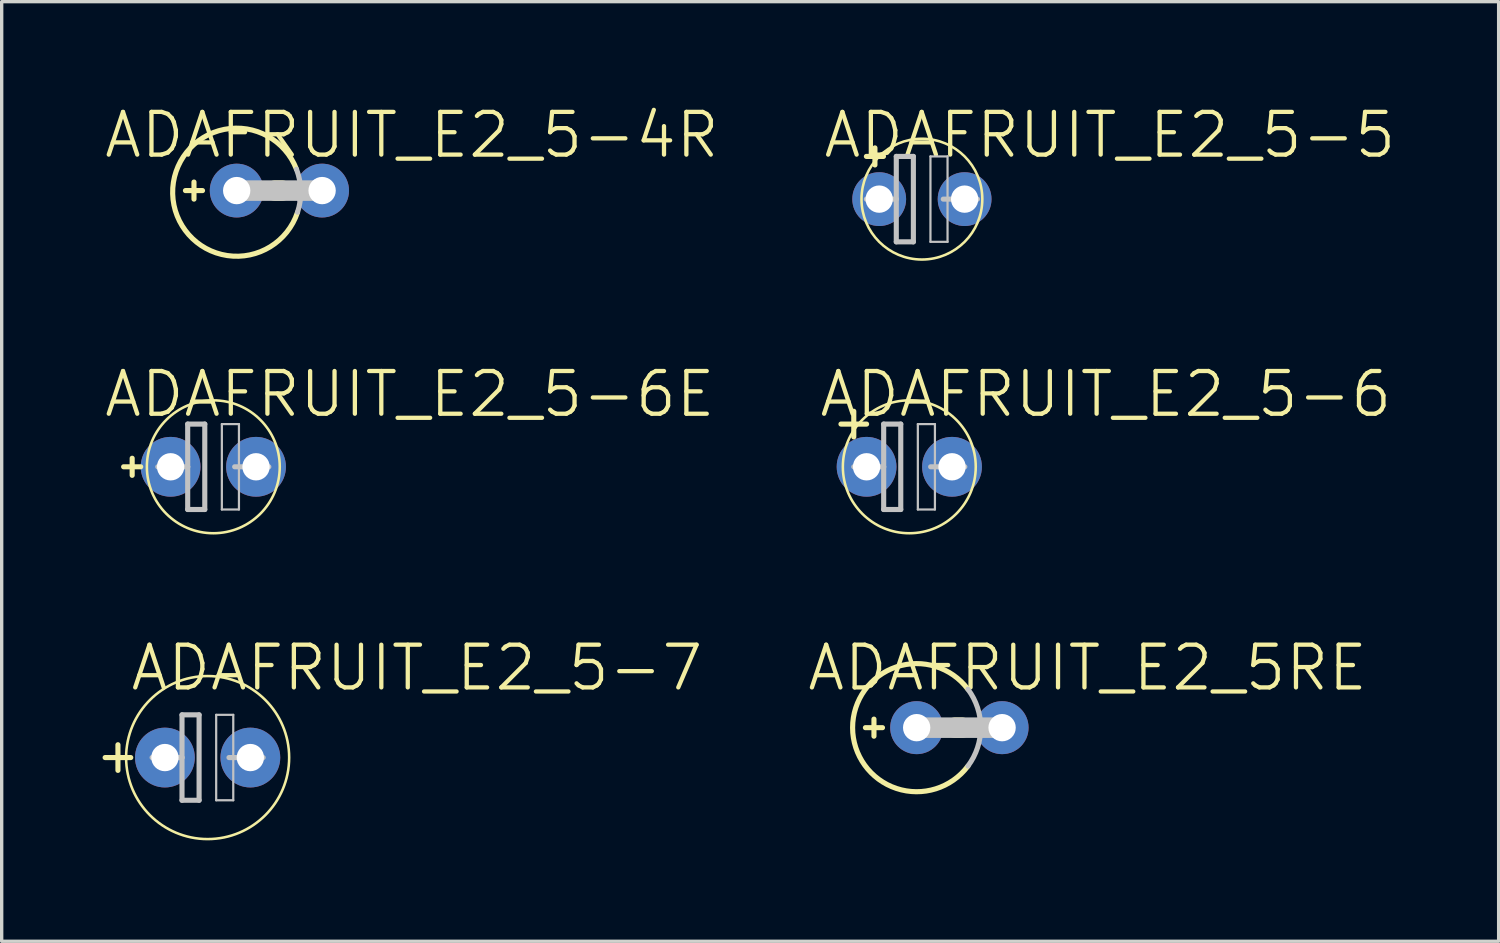
<source format=kicad_pcb>
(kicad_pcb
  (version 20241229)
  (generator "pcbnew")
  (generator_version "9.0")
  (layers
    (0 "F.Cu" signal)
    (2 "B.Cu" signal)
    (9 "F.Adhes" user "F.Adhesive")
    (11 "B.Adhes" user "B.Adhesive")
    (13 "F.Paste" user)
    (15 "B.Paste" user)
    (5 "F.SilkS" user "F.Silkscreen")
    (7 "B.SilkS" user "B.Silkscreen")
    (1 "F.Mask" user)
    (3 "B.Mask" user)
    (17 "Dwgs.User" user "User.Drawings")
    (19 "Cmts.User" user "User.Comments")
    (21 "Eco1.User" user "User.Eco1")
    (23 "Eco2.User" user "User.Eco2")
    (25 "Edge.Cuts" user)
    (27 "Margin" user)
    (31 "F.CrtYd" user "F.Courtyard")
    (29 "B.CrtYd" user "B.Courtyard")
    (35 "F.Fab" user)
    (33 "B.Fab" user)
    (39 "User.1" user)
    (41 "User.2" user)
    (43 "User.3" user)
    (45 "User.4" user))
  (footprint "ADAFRUIT_E2_5-6E"
    (layer "F.Cu")
    (at 3.293 10.83)
    (property "Reference" "ADAFRUIT_E2_5-6E" (at 5.842 -2.159 0) (layer "F.SilkS") (effects (font (size 1.27 1.27) (thickness 0.127))))
    (attr exclude_from_pos_files exclude_from_bom)
    (fp_line (start -2.413 0.254) (end -2.413 -0.254) (stroke (width 0.152) (type solid)) (layer "F.SilkS"))
    (fp_line (start -2.159 0) (end -2.667 0) (stroke (width 0.152) (type solid)) (layer "F.SilkS"))
    (fp_circle (center 0 0) (end -1.397 1.397) (stroke (width 0.076) (type solid)) (fill no) (layer "F.SilkS"))
    (fp_line (start -1.651 0) (end -0.762 0) (stroke (width 0.152) (type solid)) (layer "Dwgs.User"))
    (fp_line (start -0.762 -1.27) (end -0.762 0) (stroke (width 0.152) (type solid)) (layer "Dwgs.User"))
    (fp_line (start -0.762 0) (end -0.762 1.27) (stroke (width 0.152) (type solid)) (layer "Dwgs.User"))
    (fp_line (start -0.762 1.27) (end -0.254 1.27) (stroke (width 0.152) (type solid)) (layer "Dwgs.User"))
    (fp_line (start -0.254 -1.27) (end -0.762 -1.27) (stroke (width 0.152) (type solid)) (layer "Dwgs.User"))
    (fp_line (start -0.254 1.27) (end -0.254 -1.27) (stroke (width 0.152) (type solid)) (layer "Dwgs.User"))
    (fp_line (start 0.254 -1.27) (end 0.762 -1.27) (stroke (width 0.066) (type solid)) (layer "Dwgs.User"))
    (fp_line (start 0.254 1.27) (end 0.254 -1.27) (stroke (width 0.066) (type solid)) (layer "Dwgs.User"))
    (fp_line (start 0.254 1.27) (end 0.762 1.27) (stroke (width 0.066) (type solid)) (layer "Dwgs.User"))
    (fp_line (start 0.635 0) (end 1.651 0) (stroke (width 0.152) (type solid)) (layer "Dwgs.User"))
    (fp_line (start 0.762 1.27) (end 0.762 -1.27) (stroke (width 0.066) (type solid)) (layer "Dwgs.User"))
    (pad "+" thru_hole circle (at -1.27 0) (size 1.778 1.778) (drill 0.813) (layers "*.Cu" "*.Paste" "*.Mask"))
    (pad "-" thru_hole circle (at 1.27 0) (size 1.778 1.778) (drill 0.813) (layers "*.Cu" "*.Paste" "*.Mask")))
  (footprint "ADAFRUIT_E2_5-7"
    (layer "F.Cu")
    (at 3.124 19.476)
    (property "Reference" "ADAFRUIT_E2_5-7" (at 6.223 -2.667 0) (layer "F.SilkS") (effects (font (size 1.27 1.27) (thickness 0.127))))
    (attr exclude_from_pos_files exclude_from_bom)
    (fp_line (start -3.048 0) (end -2.286 0) (stroke (width 0.152) (type solid)) (layer "F.SilkS"))
    (fp_line (start -2.667 0.381) (end -2.667 -0.381) (stroke (width 0.152) (type solid)) (layer "F.SilkS"))
    (fp_circle (center 0 0) (end -1.714 1.714) (stroke (width 0.076) (type solid)) (fill no) (layer "F.SilkS"))
    (fp_line (start -1.651 0) (end -0.762 0) (stroke (width 0.152) (type solid)) (layer "Dwgs.User"))
    (fp_line (start -0.762 -1.27) (end -0.762 0) (stroke (width 0.152) (type solid)) (layer "Dwgs.User"))
    (fp_line (start -0.762 0) (end -0.762 1.27) (stroke (width 0.152) (type solid)) (layer "Dwgs.User"))
    (fp_line (start -0.762 1.27) (end -0.254 1.27) (stroke (width 0.152) (type solid)) (layer "Dwgs.User"))
    (fp_line (start -0.254 -1.27) (end -0.762 -1.27) (stroke (width 0.152) (type solid)) (layer "Dwgs.User"))
    (fp_line (start -0.254 1.27) (end -0.254 -1.27) (stroke (width 0.152) (type solid)) (layer "Dwgs.User"))
    (fp_line (start 0.254 -1.27) (end 0.762 -1.27) (stroke (width 0.066) (type solid)) (layer "Dwgs.User"))
    (fp_line (start 0.254 1.27) (end 0.254 -1.27) (stroke (width 0.066) (type solid)) (layer "Dwgs.User"))
    (fp_line (start 0.254 1.27) (end 0.762 1.27) (stroke (width 0.066) (type solid)) (layer "Dwgs.User"))
    (fp_line (start 0.635 0) (end 1.651 0) (stroke (width 0.152) (type solid)) (layer "Dwgs.User"))
    (fp_line (start 0.762 1.27) (end 0.762 -1.27) (stroke (width 0.066) (type solid)) (layer "Dwgs.User"))
    (pad "+" thru_hole circle (at -1.27 0) (size 1.778 1.778) (drill 0.813) (layers "*.Cu" "*.Paste" "*.Mask"))
    (pad "-" thru_hole circle (at 1.27 0) (size 1.778 1.778) (drill 0.813) (layers "*.Cu" "*.Paste" "*.Mask")))
  (footprint "ADAFRUIT_E2_5-6"
    (layer "F.Cu")
    (at 23.988 10.83)
    (property "Reference" "ADAFRUIT_E2_5-6" (at 5.842 -2.159 0) (layer "F.SilkS") (effects (font (size 1.27 1.27) (thickness 0.127))))
    (attr exclude_from_pos_files exclude_from_bom)
    (fp_line (start -2.032 -1.27) (end -1.651 -1.27) (stroke (width 0.152) (type solid)) (layer "F.SilkS"))
    (fp_line (start -1.651 -1.27) (end -1.651 -1.651) (stroke (width 0.152) (type solid)) (layer "F.SilkS"))
    (fp_line (start -1.651 -1.27) (end -1.27 -1.27) (stroke (width 0.152) (type solid)) (layer "F.SilkS"))
    (fp_line (start -1.651 -0.889) (end -1.651 -1.27) (stroke (width 0.152) (type solid)) (layer "F.SilkS"))
    (fp_circle (center 0 0) (end -1.397 1.397) (stroke (width 0.076) (type solid)) (fill no) (layer "F.SilkS"))
    (fp_line (start -1.651 0) (end -0.762 0) (stroke (width 0.152) (type solid)) (layer "Dwgs.User"))
    (fp_line (start -0.762 -1.27) (end -0.762 0) (stroke (width 0.152) (type solid)) (layer "Dwgs.User"))
    (fp_line (start -0.762 0) (end -0.762 1.27) (stroke (width 0.152) (type solid)) (layer "Dwgs.User"))
    (fp_line (start -0.762 1.27) (end -0.254 1.27) (stroke (width 0.152) (type solid)) (layer "Dwgs.User"))
    (fp_line (start -0.254 -1.27) (end -0.762 -1.27) (stroke (width 0.152) (type solid)) (layer "Dwgs.User"))
    (fp_line (start -0.254 1.27) (end -0.254 -1.27) (stroke (width 0.152) (type solid)) (layer "Dwgs.User"))
    (fp_line (start 0.254 -1.27) (end 0.762 -1.27) (stroke (width 0.066) (type solid)) (layer "Dwgs.User"))
    (fp_line (start 0.254 1.27) (end 0.254 -1.27) (stroke (width 0.066) (type solid)) (layer "Dwgs.User"))
    (fp_line (start 0.254 1.27) (end 0.762 1.27) (stroke (width 0.066) (type solid)) (layer "Dwgs.User"))
    (fp_line (start 0.635 0) (end 1.651 0) (stroke (width 0.152) (type solid)) (layer "Dwgs.User"))
    (fp_line (start 0.762 1.27) (end 0.762 -1.27) (stroke (width 0.066) (type solid)) (layer "Dwgs.User"))
    (pad "+" thru_hole circle (at -1.27 0) (size 1.778 1.778) (drill 0.813) (layers "*.Cu" "*.Paste" "*.Mask"))
    (pad "-" thru_hole circle (at 1.27 0) (size 1.778 1.778) (drill 0.813) (layers "*.Cu" "*.Paste" "*.Mask")))
  (footprint "ADAFRUIT_E2_5-4R"
    (layer "F.Cu")
    (at 5.258 2.617)
    (property "Reference" "ADAFRUIT_E2_5-4R" (at 3.937 -1.651 0) (layer "F.SilkS") (effects (font (size 1.27 1.27) (thickness 0.127))))
    (attr exclude_from_pos_files exclude_from_bom)
    (fp_line (start -2.794 0) (end -2.286 0) (stroke (width 0.152) (type solid)) (layer "F.SilkS"))
    (fp_line (start -2.54 0.254) (end -2.54 -0.254) (stroke (width 0.152) (type solid)) (layer "F.SilkS"))
    (fp_line (start -0.127 0) (end 0.076 0) (stroke (width 0.61) (type solid)) (layer "F.SilkS"))
    (fp_arc (start 0.53848 0.64516) (mid -3.173884 0.094265) (end 0.50754 -0.635291) (stroke (width 0.1524) (type solid)) (layer "F.SilkS"))
    (fp_line (start 1.27 0) (end -1.27 0) (stroke (width 0.61) (type solid)) (layer "Dwgs.User"))
    (fp_arc (start 0.508 -0.635) (mid 0.634179 0.001023) (end 0.539692 0.64252) (stroke (width 0.1524) (type solid)) (layer "Dwgs.User"))
    (pad "+" thru_hole circle (at -1.27 0) (size 1.6 1.6) (drill 0.813) (layers "*.Cu" "*.Paste" "*.Mask"))
    (pad "-" thru_hole circle (at 1.27 0) (size 1.6 1.6) (drill 0.813) (layers "*.Cu" "*.Paste" "*.Mask")))
  (footprint "ADAFRUIT_E2_5-5"
    (layer "F.Cu")
    (at 24.363 2.871)
    (property "Reference" "ADAFRUIT_E2_5-5" (at 5.588 -1.905 0) (layer "F.SilkS") (effects (font (size 1.27 1.27) (thickness 0.127))))
    (attr exclude_from_pos_files exclude_from_bom)
    (fp_line (start -1.651 -1.27) (end -1.397 -1.27) (stroke (width 0.152) (type solid)) (layer "F.SilkS"))
    (fp_line (start -1.397 -1.27) (end -1.397 -1.524) (stroke (width 0.152) (type solid)) (layer "F.SilkS"))
    (fp_line (start -1.397 -1.27) (end -1.143 -1.27) (stroke (width 0.152) (type solid)) (layer "F.SilkS"))
    (fp_line (start -1.397 -1.016) (end -1.397 -1.27) (stroke (width 0.152) (type solid)) (layer "F.SilkS"))
    (fp_circle (center 0 0) (end -1.27 1.27) (stroke (width 0.076) (type solid)) (fill no) (layer "F.SilkS"))
    (fp_line (start -1.651 0) (end -0.762 0) (stroke (width 0.152) (type solid)) (layer "Dwgs.User"))
    (fp_line (start -0.762 -1.27) (end -0.762 0) (stroke (width 0.152) (type solid)) (layer "Dwgs.User"))
    (fp_line (start -0.762 0) (end -0.762 1.27) (stroke (width 0.152) (type solid)) (layer "Dwgs.User"))
    (fp_line (start -0.762 1.27) (end -0.254 1.27) (stroke (width 0.152) (type solid)) (layer "Dwgs.User"))
    (fp_line (start -0.254 -1.27) (end -0.762 -1.27) (stroke (width 0.152) (type solid)) (layer "Dwgs.User"))
    (fp_line (start -0.254 1.27) (end -0.254 -1.27) (stroke (width 0.152) (type solid)) (layer "Dwgs.User"))
    (fp_line (start 0.254 -1.27) (end 0.762 -1.27) (stroke (width 0.066) (type solid)) (layer "Dwgs.User"))
    (fp_line (start 0.254 1.27) (end 0.254 -1.27) (stroke (width 0.066) (type solid)) (layer "Dwgs.User"))
    (fp_line (start 0.254 1.27) (end 0.762 1.27) (stroke (width 0.066) (type solid)) (layer "Dwgs.User"))
    (fp_line (start 0.635 0) (end 1.651 0) (stroke (width 0.152) (type solid)) (layer "Dwgs.User"))
    (fp_line (start 0.762 1.27) (end 0.762 -1.27) (stroke (width 0.066) (type solid)) (layer "Dwgs.User"))
    (pad "+" thru_hole circle (at -1.27 0) (size 1.6 1.6) (drill 0.813) (layers "*.Cu" "*.Paste" "*.Mask"))
    (pad "-" thru_hole circle (at 1.27 0) (size 1.6 1.6) (drill 0.813) (layers "*.Cu" "*.Paste" "*.Mask")))
  (footprint "ADAFRUIT_E2_5RE"
    (layer "F.Cu")
    (at 25.477 18.587)
    (property "Reference" "ADAFRUIT_E2_5RE" (at 3.81 -1.778 0) (layer "F.SilkS") (effects (font (size 1.27 1.27) (thickness 0.127))))
    (attr exclude_from_pos_files exclude_from_bom)
    (fp_line (start -2.794 0) (end -2.286 0) (stroke (width 0.152) (type solid)) (layer "F.SilkS"))
    (fp_line (start -2.54 0.254) (end -2.54 -0.254) (stroke (width 0.152) (type solid)) (layer "F.SilkS"))
    (fp_line (start -0.127 0) (end 0.076 0) (stroke (width 0.61) (type solid)) (layer "F.SilkS"))
    (fp_arc (start 0.254 1.143) (mid -3.175 0.001001) (end 0.252798 -1.144601) (stroke (width 0.1524) (type solid)) (layer "F.SilkS"))
    (fp_line (start 1.27 0) (end -1.27 0) (stroke (width 0.61) (type solid)) (layer "Dwgs.User"))
    (fp_arc (start 0.254 -1.143) (mid 0.635 -0.000662) (end 0.254794 1.141941) (stroke (width 0.1524) (type solid)) (layer "Dwgs.User"))
    (pad "+" thru_hole circle (at -1.27 0) (size 1.575 1.575) (drill 0.813) (layers "*.Cu" "*.Paste" "*.Mask"))
    (pad "-" thru_hole circle (at 1.27 0) (size 1.575 1.575) (drill 0.813) (layers "*.Cu" "*.Paste" "*.Mask")))
  (gr_rect
    (start -3 -3)
    (end 41.512 24.939)
    (stroke (width 0.1) (type default))
    (fill no)
    (layer "Edge.Cuts")))
</source>
